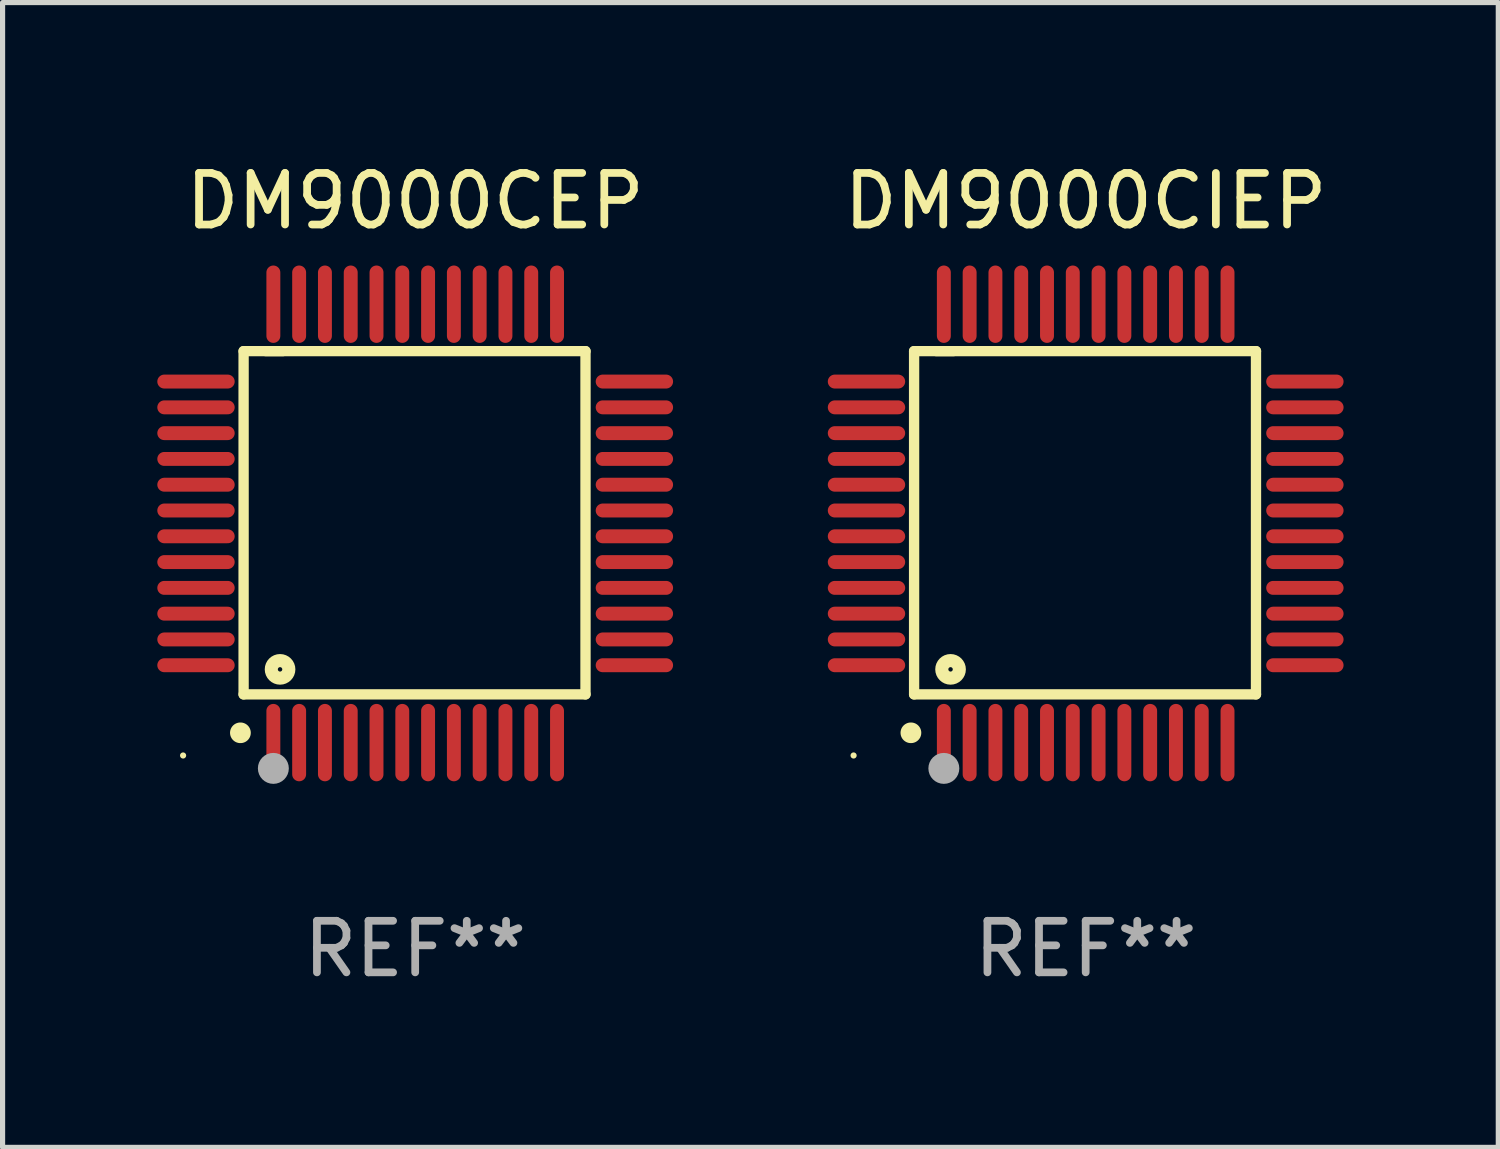
<source format=kicad_pcb>
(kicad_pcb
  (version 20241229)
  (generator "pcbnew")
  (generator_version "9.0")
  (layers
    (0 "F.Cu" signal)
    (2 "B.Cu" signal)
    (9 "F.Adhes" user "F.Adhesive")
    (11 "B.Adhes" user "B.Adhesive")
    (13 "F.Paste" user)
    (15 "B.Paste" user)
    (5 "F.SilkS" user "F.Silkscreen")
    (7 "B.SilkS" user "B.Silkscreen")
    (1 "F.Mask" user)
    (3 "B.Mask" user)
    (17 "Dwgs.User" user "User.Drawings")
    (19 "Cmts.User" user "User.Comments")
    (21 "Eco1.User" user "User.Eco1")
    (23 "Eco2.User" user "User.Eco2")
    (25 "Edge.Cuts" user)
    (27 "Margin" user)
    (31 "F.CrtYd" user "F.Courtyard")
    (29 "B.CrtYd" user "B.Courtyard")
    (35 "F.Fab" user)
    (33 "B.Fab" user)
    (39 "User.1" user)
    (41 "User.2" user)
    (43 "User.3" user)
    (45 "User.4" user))
  (footprint "DM9000CIEP"
    (layer "F.Cu")
    (at 18 7.098)
    (property "Reference" "DM9000CIEP" (at 0 -6.25 0) (layer "F.SilkS") (effects (font (size 1 1) (thickness 0.15))))
    (attr through_hole)
    (fp_line (start -3.327 -3.34) (end -2.565 -3.34) (stroke (width 0.2) (type solid)) (layer "F.SilkS"))
    (fp_line (start -3.327 3.315) (end -3.327 -3.34) (stroke (width 0.2) (type solid)) (layer "F.SilkS"))
    (fp_line (start -2.896 -3.34) (end 3.302 -3.34) (stroke (width 0.2) (type solid)) (layer "F.SilkS"))
    (fp_line (start 3.302 -3.34) (end 3.302 3.315) (stroke (width 0.2) (type solid)) (layer "F.SilkS"))
    (fp_line (start 3.302 3.315) (end -3.327 3.315) (stroke (width 0.2) (type solid)) (layer "F.SilkS"))
    (fp_arc (start -3.389992 4.059995) (mid -3.388722 4.059991) (end -3.387452 4.059995) (stroke (width 0.4) (type solid)) (layer "F.SilkS"))
    (fp_circle (center -4.5 4.5) (end -4.47 4.5) (stroke (width 0.06) (type solid)) (fill no) (layer "F.SilkS"))
    (fp_circle (center -2.62 2.83) (end -2.45 2.83) (stroke (width 0.254) (type solid)) (fill no) (layer "F.SilkS"))
    (fp_circle (center -2.75 4.75) (end -2.6 4.75) (stroke (width 0.3) (type solid)) (fill no) (layer "F.Fab"))
    (fp_text user "REF**" (at 0 8.25 0) (layer "F.Fab") (effects (font (size 1 1) (thickness 0.15))))
    (pad "1" smd oval (at -2.75 4.25) (size 0.27 1.5) (layers "F.Cu" "F.Mask" "F.Paste"))
    (pad "2" smd oval (at -2.25 4.25) (size 0.27 1.5) (layers "F.Cu" "F.Mask" "F.Paste"))
    (pad "3" smd oval (at -1.75 4.25) (size 0.27 1.5) (layers "F.Cu" "F.Mask" "F.Paste"))
    (pad "4" smd oval (at -1.25 4.25) (size 0.27 1.5) (layers "F.Cu" "F.Mask" "F.Paste"))
    (pad "5" smd oval (at -0.75 4.25) (size 0.27 1.5) (layers "F.Cu" "F.Mask" "F.Paste"))
    (pad "6" smd oval (at -0.25 4.25) (size 0.27 1.5) (layers "F.Cu" "F.Mask" "F.Paste"))
    (pad "7" smd oval (at 0.25 4.25) (size 0.27 1.5) (layers "F.Cu" "F.Mask" "F.Paste"))
    (pad "8" smd oval (at 0.75 4.25) (size 0.27 1.5) (layers "F.Cu" "F.Mask" "F.Paste"))
    (pad "9" smd oval (at 1.25 4.25) (size 0.27 1.5) (layers "F.Cu" "F.Mask" "F.Paste"))
    (pad "10" smd oval (at 1.75 4.25) (size 0.27 1.5) (layers "F.Cu" "F.Mask" "F.Paste"))
    (pad "11" smd oval (at 2.25 4.25) (size 0.27 1.5) (layers "F.Cu" "F.Mask" "F.Paste"))
    (pad "12" smd oval (at 2.75 4.25) (size 0.27 1.5) (layers "F.Cu" "F.Mask" "F.Paste"))
    (pad "13" smd oval (at 4.25 2.75) (size 1.5 0.27) (layers "F.Cu" "F.Mask" "F.Paste"))
    (pad "14" smd oval (at 4.25 2.25) (size 1.5 0.27) (layers "F.Cu" "F.Mask" "F.Paste"))
    (pad "15" smd oval (at 4.25 1.75) (size 1.5 0.27) (layers "F.Cu" "F.Mask" "F.Paste"))
    (pad "16" smd oval (at 4.25 1.25) (size 1.5 0.27) (layers "F.Cu" "F.Mask" "F.Paste"))
    (pad "17" smd oval (at 4.25 0.75) (size 1.5 0.27) (layers "F.Cu" "F.Mask" "F.Paste"))
    (pad "18" smd oval (at 4.25 0.25) (size 1.5 0.27) (layers "F.Cu" "F.Mask" "F.Paste"))
    (pad "19" smd oval (at 4.25 -0.25) (size 1.5 0.27) (layers "F.Cu" "F.Mask" "F.Paste"))
    (pad "20" smd oval (at 4.25 -0.75) (size 1.5 0.27) (layers "F.Cu" "F.Mask" "F.Paste"))
    (pad "21" smd oval (at 4.25 -1.25) (size 1.5 0.27) (layers "F.Cu" "F.Mask" "F.Paste"))
    (pad "22" smd oval (at 4.25 -1.75) (size 1.5 0.27) (layers "F.Cu" "F.Mask" "F.Paste"))
    (pad "23" smd oval (at 4.25 -2.25) (size 1.5 0.27) (layers "F.Cu" "F.Mask" "F.Paste"))
    (pad "24" smd oval (at 4.25 -2.75) (size 1.5 0.27) (layers "F.Cu" "F.Mask" "F.Paste"))
    (pad "25" smd oval (at 2.75 -4.25) (size 0.27 1.5) (layers "F.Cu" "F.Mask" "F.Paste"))
    (pad "26" smd oval (at 2.25 -4.25) (size 0.27 1.5) (layers "F.Cu" "F.Mask" "F.Paste"))
    (pad "27" smd oval (at 1.75 -4.25) (size 0.27 1.5) (layers "F.Cu" "F.Mask" "F.Paste"))
    (pad "28" smd oval (at 1.25 -4.25) (size 0.27 1.5) (layers "F.Cu" "F.Mask" "F.Paste"))
    (pad "29" smd oval (at 0.75 -4.25) (size 0.27 1.5) (layers "F.Cu" "F.Mask" "F.Paste"))
    (pad "30" smd oval (at 0.25 -4.25) (size 0.27 1.5) (layers "F.Cu" "F.Mask" "F.Paste"))
    (pad "31" smd oval (at -0.25 -4.25) (size 0.27 1.5) (layers "F.Cu" "F.Mask" "F.Paste"))
    (pad "32" smd oval (at -0.75 -4.25) (size 0.27 1.5) (layers "F.Cu" "F.Mask" "F.Paste"))
    (pad "33" smd oval (at -1.25 -4.25) (size 0.27 1.5) (layers "F.Cu" "F.Mask" "F.Paste"))
    (pad "34" smd oval (at -1.75 -4.25) (size 0.27 1.5) (layers "F.Cu" "F.Mask" "F.Paste"))
    (pad "35" smd oval (at -2.25 -4.25) (size 0.27 1.5) (layers "F.Cu" "F.Mask" "F.Paste"))
    (pad "36" smd oval (at -2.75 -4.25) (size 0.27 1.5) (layers "F.Cu" "F.Mask" "F.Paste"))
    (pad "37" smd oval (at -4.25 -2.75) (size 1.5 0.27) (layers "F.Cu" "F.Mask" "F.Paste"))
    (pad "38" smd oval (at -4.25 -2.25) (size 1.5 0.27) (layers "F.Cu" "F.Mask" "F.Paste"))
    (pad "39" smd oval (at -4.25 -1.75) (size 1.5 0.27) (layers "F.Cu" "F.Mask" "F.Paste"))
    (pad "40" smd oval (at -4.25 -1.25) (size 1.5 0.27) (layers "F.Cu" "F.Mask" "F.Paste"))
    (pad "41" smd oval (at -4.25 -0.75) (size 1.5 0.27) (layers "F.Cu" "F.Mask" "F.Paste"))
    (pad "42" smd oval (at -4.25 -0.25) (size 1.5 0.27) (layers "F.Cu" "F.Mask" "F.Paste"))
    (pad "43" smd oval (at -4.25 0.25) (size 1.5 0.27) (layers "F.Cu" "F.Mask" "F.Paste"))
    (pad "44" smd oval (at -4.25 0.75) (size 1.5 0.27) (layers "F.Cu" "F.Mask" "F.Paste"))
    (pad "45" smd oval (at -4.25 1.25) (size 1.5 0.27) (layers "F.Cu" "F.Mask" "F.Paste"))
    (pad "46" smd oval (at -4.25 1.75) (size 1.5 0.27) (layers "F.Cu" "F.Mask" "F.Paste"))
    (pad "47" smd oval (at -4.25 2.25) (size 1.5 0.27) (layers "F.Cu" "F.Mask" "F.Paste"))
    (pad "48" smd oval (at -4.25 2.75) (size 1.5 0.27) (layers "F.Cu" "F.Mask" "F.Paste")))
  (footprint "DM9000CEP"
    (layer "F.Cu")
    (at 5 7.098)
    (property "Reference" "DM9000CEP" (at 0 -6.25 0) (layer "F.SilkS") (effects (font (size 1 1) (thickness 0.15))))
    (attr through_hole)
    (fp_line (start -3.327 -3.34) (end -2.565 -3.34) (stroke (width 0.2) (type solid)) (layer "F.SilkS"))
    (fp_line (start -3.327 3.315) (end -3.327 -3.34) (stroke (width 0.2) (type solid)) (layer "F.SilkS"))
    (fp_line (start -2.896 -3.34) (end 3.302 -3.34) (stroke (width 0.2) (type solid)) (layer "F.SilkS"))
    (fp_line (start 3.302 -3.34) (end 3.302 3.315) (stroke (width 0.2) (type solid)) (layer "F.SilkS"))
    (fp_line (start 3.302 3.315) (end -3.327 3.315) (stroke (width 0.2) (type solid)) (layer "F.SilkS"))
    (fp_arc (start -3.389992 4.059995) (mid -3.388722 4.059991) (end -3.387452 4.059995) (stroke (width 0.4) (type solid)) (layer "F.SilkS"))
    (fp_circle (center -4.5 4.5) (end -4.47 4.5) (stroke (width 0.06) (type solid)) (fill no) (layer "F.SilkS"))
    (fp_circle (center -2.62 2.83) (end -2.45 2.83) (stroke (width 0.254) (type solid)) (fill no) (layer "F.SilkS"))
    (fp_circle (center -2.75 4.75) (end -2.6 4.75) (stroke (width 0.3) (type solid)) (fill no) (layer "F.Fab"))
    (fp_text user "REF**" (at 0 8.25 0) (layer "F.Fab") (effects (font (size 1 1) (thickness 0.15))))
    (pad "1" smd oval (at -2.75 4.25) (size 0.27 1.5) (layers "F.Cu" "F.Mask" "F.Paste"))
    (pad "2" smd oval (at -2.25 4.25) (size 0.27 1.5) (layers "F.Cu" "F.Mask" "F.Paste"))
    (pad "3" smd oval (at -1.75 4.25) (size 0.27 1.5) (layers "F.Cu" "F.Mask" "F.Paste"))
    (pad "4" smd oval (at -1.25 4.25) (size 0.27 1.5) (layers "F.Cu" "F.Mask" "F.Paste"))
    (pad "5" smd oval (at -0.75 4.25) (size 0.27 1.5) (layers "F.Cu" "F.Mask" "F.Paste"))
    (pad "6" smd oval (at -0.25 4.25) (size 0.27 1.5) (layers "F.Cu" "F.Mask" "F.Paste"))
    (pad "7" smd oval (at 0.25 4.25) (size 0.27 1.5) (layers "F.Cu" "F.Mask" "F.Paste"))
    (pad "8" smd oval (at 0.75 4.25) (size 0.27 1.5) (layers "F.Cu" "F.Mask" "F.Paste"))
    (pad "9" smd oval (at 1.25 4.25) (size 0.27 1.5) (layers "F.Cu" "F.Mask" "F.Paste"))
    (pad "10" smd oval (at 1.75 4.25) (size 0.27 1.5) (layers "F.Cu" "F.Mask" "F.Paste"))
    (pad "11" smd oval (at 2.25 4.25) (size 0.27 1.5) (layers "F.Cu" "F.Mask" "F.Paste"))
    (pad "12" smd oval (at 2.75 4.25) (size 0.27 1.5) (layers "F.Cu" "F.Mask" "F.Paste"))
    (pad "13" smd oval (at 4.25 2.75) (size 1.5 0.27) (layers "F.Cu" "F.Mask" "F.Paste"))
    (pad "14" smd oval (at 4.25 2.25) (size 1.5 0.27) (layers "F.Cu" "F.Mask" "F.Paste"))
    (pad "15" smd oval (at 4.25 1.75) (size 1.5 0.27) (layers "F.Cu" "F.Mask" "F.Paste"))
    (pad "16" smd oval (at 4.25 1.25) (size 1.5 0.27) (layers "F.Cu" "F.Mask" "F.Paste"))
    (pad "17" smd oval (at 4.25 0.75) (size 1.5 0.27) (layers "F.Cu" "F.Mask" "F.Paste"))
    (pad "18" smd oval (at 4.25 0.25) (size 1.5 0.27) (layers "F.Cu" "F.Mask" "F.Paste"))
    (pad "19" smd oval (at 4.25 -0.25) (size 1.5 0.27) (layers "F.Cu" "F.Mask" "F.Paste"))
    (pad "20" smd oval (at 4.25 -0.75) (size 1.5 0.27) (layers "F.Cu" "F.Mask" "F.Paste"))
    (pad "21" smd oval (at 4.25 -1.25) (size 1.5 0.27) (layers "F.Cu" "F.Mask" "F.Paste"))
    (pad "22" smd oval (at 4.25 -1.75) (size 1.5 0.27) (layers "F.Cu" "F.Mask" "F.Paste"))
    (pad "23" smd oval (at 4.25 -2.25) (size 1.5 0.27) (layers "F.Cu" "F.Mask" "F.Paste"))
    (pad "24" smd oval (at 4.25 -2.75) (size 1.5 0.27) (layers "F.Cu" "F.Mask" "F.Paste"))
    (pad "25" smd oval (at 2.75 -4.25) (size 0.27 1.5) (layers "F.Cu" "F.Mask" "F.Paste"))
    (pad "26" smd oval (at 2.25 -4.25) (size 0.27 1.5) (layers "F.Cu" "F.Mask" "F.Paste"))
    (pad "27" smd oval (at 1.75 -4.25) (size 0.27 1.5) (layers "F.Cu" "F.Mask" "F.Paste"))
    (pad "28" smd oval (at 1.25 -4.25) (size 0.27 1.5) (layers "F.Cu" "F.Mask" "F.Paste"))
    (pad "29" smd oval (at 0.75 -4.25) (size 0.27 1.5) (layers "F.Cu" "F.Mask" "F.Paste"))
    (pad "30" smd oval (at 0.25 -4.25) (size 0.27 1.5) (layers "F.Cu" "F.Mask" "F.Paste"))
    (pad "31" smd oval (at -0.25 -4.25) (size 0.27 1.5) (layers "F.Cu" "F.Mask" "F.Paste"))
    (pad "32" smd oval (at -0.75 -4.25) (size 0.27 1.5) (layers "F.Cu" "F.Mask" "F.Paste"))
    (pad "33" smd oval (at -1.25 -4.25) (size 0.27 1.5) (layers "F.Cu" "F.Mask" "F.Paste"))
    (pad "34" smd oval (at -1.75 -4.25) (size 0.27 1.5) (layers "F.Cu" "F.Mask" "F.Paste"))
    (pad "35" smd oval (at -2.25 -4.25) (size 0.27 1.5) (layers "F.Cu" "F.Mask" "F.Paste"))
    (pad "36" smd oval (at -2.75 -4.25) (size 0.27 1.5) (layers "F.Cu" "F.Mask" "F.Paste"))
    (pad "37" smd oval (at -4.25 -2.75) (size 1.5 0.27) (layers "F.Cu" "F.Mask" "F.Paste"))
    (pad "38" smd oval (at -4.25 -2.25) (size 1.5 0.27) (layers "F.Cu" "F.Mask" "F.Paste"))
    (pad "39" smd oval (at -4.25 -1.75) (size 1.5 0.27) (layers "F.Cu" "F.Mask" "F.Paste"))
    (pad "40" smd oval (at -4.25 -1.25) (size 1.5 0.27) (layers "F.Cu" "F.Mask" "F.Paste"))
    (pad "41" smd oval (at -4.25 -0.75) (size 1.5 0.27) (layers "F.Cu" "F.Mask" "F.Paste"))
    (pad "42" smd oval (at -4.25 -0.25) (size 1.5 0.27) (layers "F.Cu" "F.Mask" "F.Paste"))
    (pad "43" smd oval (at -4.25 0.25) (size 1.5 0.27) (layers "F.Cu" "F.Mask" "F.Paste"))
    (pad "44" smd oval (at -4.25 0.75) (size 1.5 0.27) (layers "F.Cu" "F.Mask" "F.Paste"))
    (pad "45" smd oval (at -4.25 1.25) (size 1.5 0.27) (layers "F.Cu" "F.Mask" "F.Paste"))
    (pad "46" smd oval (at -4.25 1.75) (size 1.5 0.27) (layers "F.Cu" "F.Mask" "F.Paste"))
    (pad "47" smd oval (at -4.25 2.25) (size 1.5 0.27) (layers "F.Cu" "F.Mask" "F.Paste"))
    (pad "48" smd oval (at -4.25 2.75) (size 1.5 0.27) (layers "F.Cu" "F.Mask" "F.Paste")))
  (gr_rect
    (start -3 -3)
    (end 26 19.196)
    (stroke (width 0.1) (type default))
    (fill no)
    (layer "Edge.Cuts")))
</source>
